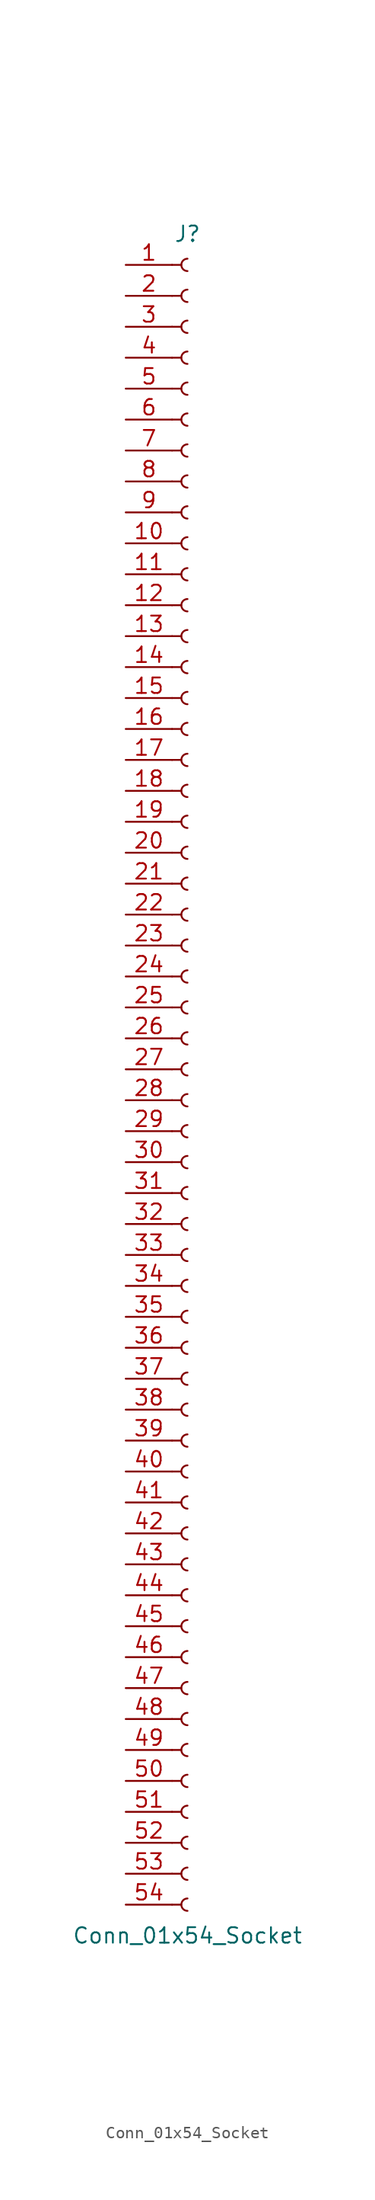
<source format=kicad_sym>
(kicad_symbol_lib
  (version 20220914)
  (generator kicad_symbol_editor)
  (symbol "Conn_01x54_Socket"
    (pin_names
      (offset 1.016) hide)
    (property "Reference" "J"
      (at 0 68.58 0)
      (effects (font (size 1.27 1.27))))
    (property "Value" "Conn_01x54_Socket"
      (at 0 -71.12 0)
      (effects (font (size 1.27 1.27))))
    (property "ki_locked" ""
      (at 0 0 0)
      (effects (font (size 1.27 1.27))))
    (symbol "Conn_01x54_Socket_1_1"
      (arc (start 0 -68.072) (mid -0.5058 -68.58) (end 0 -69.088) (stroke (width 0.1524) (type default)) (fill (type none)))
      (arc (start 0 -65.532) (mid -0.5058 -66.04) (end 0 -66.548) (stroke (width 0.1524) (type default)) (fill (type none)))
      (arc (start 0 -62.992) (mid -0.5058 -63.5) (end 0 -64.008) (stroke (width 0.1524) (type default)) (fill (type none)))
      (arc (start 0 -60.452) (mid -0.5058 -60.96) (end 0 -61.468) (stroke (width 0.1524) (type default)) (fill (type none)))
      (arc (start 0 -57.912) (mid -0.5058 -58.42) (end 0 -58.928) (stroke (width 0.1524) (type default)) (fill (type none)))
      (arc (start 0 -55.372) (mid -0.5058 -55.88) (end 0 -56.388) (stroke (width 0.1524) (type default)) (fill (type none)))
      (arc (start 0 -52.832) (mid -0.5058 -53.34) (end 0 -53.848) (stroke (width 0.1524) (type default)) (fill (type none)))
      (arc (start 0 -50.292) (mid -0.5058 -50.8) (end 0 -51.308) (stroke (width 0.1524) (type default)) (fill (type none)))
      (arc (start 0 -47.752) (mid -0.5058 -48.26) (end 0 -48.768) (stroke (width 0.1524) (type default)) (fill (type none)))
      (arc (start 0 -45.212) (mid -0.5058 -45.72) (end 0 -46.228) (stroke (width 0.1524) (type default)) (fill (type none)))
      (arc (start 0 -42.672) (mid -0.5058 -43.18) (end 0 -43.688) (stroke (width 0.1524) (type default)) (fill (type none)))
      (arc (start 0 -40.132) (mid -0.5058 -40.64) (end 0 -41.148) (stroke (width 0.1524) (type default)) (fill (type none)))
      (arc (start 0 -37.592) (mid -0.5058 -38.1) (end 0 -38.608) (stroke (width 0.1524) (type default)) (fill (type none)))
      (arc (start 0 -35.052) (mid -0.5058 -35.56) (end 0 -36.068) (stroke (width 0.1524) (type default)) (fill (type none)))
      (arc (start 0 -32.512) (mid -0.5058 -33.02) (end 0 -33.528) (stroke (width 0.1524) (type default)) (fill (type none)))
      (arc (start 0 -29.972) (mid -0.5058 -30.48) (end 0 -30.988) (stroke (width 0.1524) (type default)) (fill (type none)))
      (arc (start 0 -27.432) (mid -0.5058 -27.94) (end 0 -28.448) (stroke (width 0.1524) (type default)) (fill (type none)))
      (arc (start 0 -24.892) (mid -0.5058 -25.4) (end 0 -25.908) (stroke (width 0.1524) (type default)) (fill (type none)))
      (arc (start 0 -22.352) (mid -0.5058 -22.86) (end 0 -23.368) (stroke (width 0.1524) (type default)) (fill (type none)))
      (arc (start 0 -19.812) (mid -0.5058 -20.32) (end 0 -20.828) (stroke (width 0.1524) (type default)) (fill (type none)))
      (arc (start 0 -17.272) (mid -0.5058 -17.78) (end 0 -18.288) (stroke (width 0.1524) (type default)) (fill (type none)))
      (arc (start 0 -14.732) (mid -0.5058 -15.24) (end 0 -15.748) (stroke (width 0.1524) (type default)) (fill (type none)))
      (arc (start 0 -12.192) (mid -0.5058 -12.7) (end 0 -13.208) (stroke (width 0.1524) (type default)) (fill (type none)))
      (arc (start 0 -9.652) (mid -0.5058 -10.16) (end 0 -10.668) (stroke (width 0.1524) (type default)) (fill (type none)))
      (arc (start 0 -7.112) (mid -0.5058 -7.62) (end 0 -8.128) (stroke (width 0.1524) (type default)) (fill (type none)))
      (arc (start 0 -4.572) (mid -0.5058 -5.08) (end 0 -5.588) (stroke (width 0.1524) (type default)) (fill (type none)))
      (arc (start 0 -2.032) (mid -0.5058 -2.54) (end 0 -3.048) (stroke (width 0.1524) (type default)) (fill (type none)))
      (polyline (pts (xy -1.27 -68.58) (xy -0.508 -68.58)) (stroke (width 0.152) (type default)) (fill (type none)))
      (polyline (pts (xy -1.27 -66.04) (xy -0.508 -66.04)) (stroke (width 0.152) (type default)) (fill (type none)))
      (polyline (pts (xy -1.27 -63.5) (xy -0.508 -63.5)) (stroke (width 0.152) (type default)) (fill (type none)))
      (polyline (pts (xy -1.27 -60.96) (xy -0.508 -60.96)) (stroke (width 0.152) (type default)) (fill (type none)))
      (polyline (pts (xy -1.27 -58.42) (xy -0.508 -58.42)) (stroke (width 0.152) (type default)) (fill (type none)))
      (polyline (pts (xy -1.27 -55.88) (xy -0.508 -55.88)) (stroke (width 0.152) (type default)) (fill (type none)))
      (polyline (pts (xy -1.27 -53.34) (xy -0.508 -53.34)) (stroke (width 0.152) (type default)) (fill (type none)))
      (polyline (pts (xy -1.27 -50.8) (xy -0.508 -50.8)) (stroke (width 0.152) (type default)) (fill (type none)))
      (polyline (pts (xy -1.27 -48.26) (xy -0.508 -48.26)) (stroke (width 0.152) (type default)) (fill (type none)))
      (polyline (pts (xy -1.27 -45.72) (xy -0.508 -45.72)) (stroke (width 0.152) (type default)) (fill (type none)))
      (polyline (pts (xy -1.27 -43.18) (xy -0.508 -43.18)) (stroke (width 0.152) (type default)) (fill (type none)))
      (polyline (pts (xy -1.27 -40.64) (xy -0.508 -40.64)) (stroke (width 0.152) (type default)) (fill (type none)))
      (polyline (pts (xy -1.27 -38.1) (xy -0.508 -38.1)) (stroke (width 0.152) (type default)) (fill (type none)))
      (polyline (pts (xy -1.27 -35.56) (xy -0.508 -35.56)) (stroke (width 0.152) (type default)) (fill (type none)))
      (polyline (pts (xy -1.27 -33.02) (xy -0.508 -33.02)) (stroke (width 0.152) (type default)) (fill (type none)))
      (polyline (pts (xy -1.27 -30.48) (xy -0.508 -30.48)) (stroke (width 0.152) (type default)) (fill (type none)))
      (polyline (pts (xy -1.27 -27.94) (xy -0.508 -27.94)) (stroke (width 0.152) (type default)) (fill (type none)))
      (polyline (pts (xy -1.27 -25.4) (xy -0.508 -25.4)) (stroke (width 0.152) (type default)) (fill (type none)))
      (polyline (pts (xy -1.27 -22.86) (xy -0.508 -22.86)) (stroke (width 0.152) (type default)) (fill (type none)))
      (polyline (pts (xy -1.27 -20.32) (xy -0.508 -20.32)) (stroke (width 0.152) (type default)) (fill (type none)))
      (polyline (pts (xy -1.27 -17.78) (xy -0.508 -17.78)) (stroke (width 0.152) (type default)) (fill (type none)))
      (polyline (pts (xy -1.27 -15.24) (xy -0.508 -15.24)) (stroke (width 0.152) (type default)) (fill (type none)))
      (polyline (pts (xy -1.27 -12.7) (xy -0.508 -12.7)) (stroke (width 0.152) (type default)) (fill (type none)))
      (polyline (pts (xy -1.27 -10.16) (xy -0.508 -10.16)) (stroke (width 0.152) (type default)) (fill (type none)))
      (polyline (pts (xy -1.27 -7.62) (xy -0.508 -7.62)) (stroke (width 0.152) (type default)) (fill (type none)))
      (polyline (pts (xy -1.27 -5.08) (xy -0.508 -5.08)) (stroke (width 0.152) (type default)) (fill (type none)))
      (polyline (pts (xy -1.27 -2.54) (xy -0.508 -2.54)) (stroke (width 0.152) (type default)) (fill (type none)))
      (polyline (pts (xy -1.27 0) (xy -0.508 0)) (stroke (width 0.152) (type default)) (fill (type none)))
      (polyline (pts (xy -1.27 2.54) (xy -0.508 2.54)) (stroke (width 0.152) (type default)) (fill (type none)))
      (polyline (pts (xy -1.27 5.08) (xy -0.508 5.08)) (stroke (width 0.152) (type default)) (fill (type none)))
      (polyline (pts (xy -1.27 7.62) (xy -0.508 7.62)) (stroke (width 0.152) (type default)) (fill (type none)))
      (polyline (pts (xy -1.27 10.16) (xy -0.508 10.16)) (stroke (width 0.152) (type default)) (fill (type none)))
      (polyline (pts (xy -1.27 12.7) (xy -0.508 12.7)) (stroke (width 0.152) (type default)) (fill (type none)))
      (polyline (pts (xy -1.27 15.24) (xy -0.508 15.24)) (stroke (width 0.152) (type default)) (fill (type none)))
      (polyline (pts (xy -1.27 17.78) (xy -0.508 17.78)) (stroke (width 0.152) (type default)) (fill (type none)))
      (polyline (pts (xy -1.27 20.32) (xy -0.508 20.32)) (stroke (width 0.152) (type default)) (fill (type none)))
      (polyline (pts (xy -1.27 22.86) (xy -0.508 22.86)) (stroke (width 0.152) (type default)) (fill (type none)))
      (polyline (pts (xy -1.27 25.4) (xy -0.508 25.4)) (stroke (width 0.152) (type default)) (fill (type none)))
      (polyline (pts (xy -1.27 27.94) (xy -0.508 27.94)) (stroke (width 0.152) (type default)) (fill (type none)))
      (polyline (pts (xy -1.27 30.48) (xy -0.508 30.48)) (stroke (width 0.152) (type default)) (fill (type none)))
      (polyline (pts (xy -1.27 33.02) (xy -0.508 33.02)) (stroke (width 0.152) (type default)) (fill (type none)))
      (polyline (pts (xy -1.27 35.56) (xy -0.508 35.56)) (stroke (width 0.152) (type default)) (fill (type none)))
      (polyline (pts (xy -1.27 38.1) (xy -0.508 38.1)) (stroke (width 0.152) (type default)) (fill (type none)))
      (polyline (pts (xy -1.27 40.64) (xy -0.508 40.64)) (stroke (width 0.152) (type default)) (fill (type none)))
      (polyline (pts (xy -1.27 43.18) (xy -0.508 43.18)) (stroke (width 0.152) (type default)) (fill (type none)))
      (polyline (pts (xy -1.27 45.72) (xy -0.508 45.72)) (stroke (width 0.152) (type default)) (fill (type none)))
      (polyline (pts (xy -1.27 48.26) (xy -0.508 48.26)) (stroke (width 0.152) (type default)) (fill (type none)))
      (polyline (pts (xy -1.27 50.8) (xy -0.508 50.8)) (stroke (width 0.152) (type default)) (fill (type none)))
      (polyline (pts (xy -1.27 53.34) (xy -0.508 53.34)) (stroke (width 0.152) (type default)) (fill (type none)))
      (polyline (pts (xy -1.27 55.88) (xy -0.508 55.88)) (stroke (width 0.152) (type default)) (fill (type none)))
      (polyline (pts (xy -1.27 58.42) (xy -0.508 58.42)) (stroke (width 0.152) (type default)) (fill (type none)))
      (polyline (pts (xy -1.27 60.96) (xy -0.508 60.96)) (stroke (width 0.152) (type default)) (fill (type none)))
      (polyline (pts (xy -1.27 63.5) (xy -0.508 63.5)) (stroke (width 0.152) (type default)) (fill (type none)))
      (polyline (pts (xy -1.27 66.04) (xy -0.508 66.04)) (stroke (width 0.152) (type default)) (fill (type none)))
      (arc (start 0 0.508) (mid -0.5058 0) (end 0 -0.508) (stroke (width 0.1524) (type default)) (fill (type none)))
      (arc (start 0 3.048) (mid -0.5058 2.54) (end 0 2.032) (stroke (width 0.1524) (type default)) (fill (type none)))
      (arc (start 0 5.588) (mid -0.5058 5.08) (end 0 4.572) (stroke (width 0.1524) (type default)) (fill (type none)))
      (arc (start 0 8.128) (mid -0.5058 7.62) (end 0 7.112) (stroke (width 0.1524) (type default)) (fill (type none)))
      (arc (start 0 10.668) (mid -0.5058 10.16) (end 0 9.652) (stroke (width 0.1524) (type default)) (fill (type none)))
      (arc (start 0 13.208) (mid -0.5058 12.7) (end 0 12.192) (stroke (width 0.1524) (type default)) (fill (type none)))
      (arc (start 0 15.748) (mid -0.5058 15.24) (end 0 14.732) (stroke (width 0.1524) (type default)) (fill (type none)))
      (arc (start 0 18.288) (mid -0.5058 17.78) (end 0 17.272) (stroke (width 0.1524) (type default)) (fill (type none)))
      (arc (start 0 20.828) (mid -0.5058 20.32) (end 0 19.812) (stroke (width 0.1524) (type default)) (fill (type none)))
      (arc (start 0 23.368) (mid -0.5058 22.86) (end 0 22.352) (stroke (width 0.1524) (type default)) (fill (type none)))
      (arc (start 0 25.908) (mid -0.5058 25.4) (end 0 24.892) (stroke (width 0.1524) (type default)) (fill (type none)))
      (arc (start 0 28.448) (mid -0.5058 27.94) (end 0 27.432) (stroke (width 0.1524) (type default)) (fill (type none)))
      (arc (start 0 30.988) (mid -0.5058 30.48) (end 0 29.972) (stroke (width 0.1524) (type default)) (fill (type none)))
      (arc (start 0 33.528) (mid -0.5058 33.02) (end 0 32.512) (stroke (width 0.1524) (type default)) (fill (type none)))
      (arc (start 0 36.068) (mid -0.5058 35.56) (end 0 35.052) (stroke (width 0.1524) (type default)) (fill (type none)))
      (arc (start 0 38.608) (mid -0.5058 38.1) (end 0 37.592) (stroke (width 0.1524) (type default)) (fill (type none)))
      (arc (start 0 41.148) (mid -0.5058 40.64) (end 0 40.132) (stroke (width 0.1524) (type default)) (fill (type none)))
      (arc (start 0 43.688) (mid -0.5058 43.18) (end 0 42.672) (stroke (width 0.1524) (type default)) (fill (type none)))
      (arc (start 0 46.228) (mid -0.5058 45.72) (end 0 45.212) (stroke (width 0.1524) (type default)) (fill (type none)))
      (arc (start 0 48.768) (mid -0.5058 48.26) (end 0 47.752) (stroke (width 0.1524) (type default)) (fill (type none)))
      (arc (start 0 51.308) (mid -0.5058 50.8) (end 0 50.292) (stroke (width 0.1524) (type default)) (fill (type none)))
      (arc (start 0 53.848) (mid -0.5058 53.34) (end 0 52.832) (stroke (width 0.1524) (type default)) (fill (type none)))
      (arc (start 0 56.388) (mid -0.5058 55.88) (end 0 55.372) (stroke (width 0.1524) (type default)) (fill (type none)))
      (arc (start 0 58.928) (mid -0.5058 58.42) (end 0 57.912) (stroke (width 0.1524) (type default)) (fill (type none)))
      (arc (start 0 61.468) (mid -0.5058 60.96) (end 0 60.452) (stroke (width 0.1524) (type default)) (fill (type none)))
      (arc (start 0 64.008) (mid -0.5058 63.5) (end 0 62.992) (stroke (width 0.1524) (type default)) (fill (type none)))
      (arc (start 0 66.548) (mid -0.5058 66.04) (end 0 65.532) (stroke (width 0.1524) (type default)) (fill (type none)))
      (pin passive line (at -5.08 66.04 0) (length 3.81) (name "Pin_1" (effects (font (size 1.27 1.27)))) (number "1" (effects (font (size 1.27 1.27)))))
      (pin passive line (at -5.08 43.18 0) (length 3.81) (name "Pin_10" (effects (font (size 1.27 1.27)))) (number "10" (effects (font (size 1.27 1.27)))))
      (pin passive line (at -5.08 40.64 0) (length 3.81) (name "Pin_11" (effects (font (size 1.27 1.27)))) (number "11" (effects (font (size 1.27 1.27)))))
      (pin passive line (at -5.08 38.1 0) (length 3.81) (name "Pin_12" (effects (font (size 1.27 1.27)))) (number "12" (effects (font (size 1.27 1.27)))))
      (pin passive line (at -5.08 35.56 0) (length 3.81) (name "Pin_13" (effects (font (size 1.27 1.27)))) (number "13" (effects (font (size 1.27 1.27)))))
      (pin passive line (at -5.08 33.02 0) (length 3.81) (name "Pin_14" (effects (font (size 1.27 1.27)))) (number "14" (effects (font (size 1.27 1.27)))))
      (pin passive line (at -5.08 30.48 0) (length 3.81) (name "Pin_15" (effects (font (size 1.27 1.27)))) (number "15" (effects (font (size 1.27 1.27)))))
      (pin passive line (at -5.08 27.94 0) (length 3.81) (name "Pin_16" (effects (font (size 1.27 1.27)))) (number "16" (effects (font (size 1.27 1.27)))))
      (pin passive line (at -5.08 25.4 0) (length 3.81) (name "Pin_17" (effects (font (size 1.27 1.27)))) (number "17" (effects (font (size 1.27 1.27)))))
      (pin passive line (at -5.08 22.86 0) (length 3.81) (name "Pin_18" (effects (font (size 1.27 1.27)))) (number "18" (effects (font (size 1.27 1.27)))))
      (pin passive line (at -5.08 20.32 0) (length 3.81) (name "Pin_19" (effects (font (size 1.27 1.27)))) (number "19" (effects (font (size 1.27 1.27)))))
      (pin passive line (at -5.08 63.5 0) (length 3.81) (name "Pin_2" (effects (font (size 1.27 1.27)))) (number "2" (effects (font (size 1.27 1.27)))))
      (pin passive line (at -5.08 17.78 0) (length 3.81) (name "Pin_20" (effects (font (size 1.27 1.27)))) (number "20" (effects (font (size 1.27 1.27)))))
      (pin passive line (at -5.08 15.24 0) (length 3.81) (name "Pin_21" (effects (font (size 1.27 1.27)))) (number "21" (effects (font (size 1.27 1.27)))))
      (pin passive line (at -5.08 12.7 0) (length 3.81) (name "Pin_22" (effects (font (size 1.27 1.27)))) (number "22" (effects (font (size 1.27 1.27)))))
      (pin passive line (at -5.08 10.16 0) (length 3.81) (name "Pin_23" (effects (font (size 1.27 1.27)))) (number "23" (effects (font (size 1.27 1.27)))))
      (pin passive line (at -5.08 7.62 0) (length 3.81) (name "Pin_24" (effects (font (size 1.27 1.27)))) (number "24" (effects (font (size 1.27 1.27)))))
      (pin passive line (at -5.08 5.08 0) (length 3.81) (name "Pin_25" (effects (font (size 1.27 1.27)))) (number "25" (effects (font (size 1.27 1.27)))))
      (pin passive line (at -5.08 2.54 0) (length 3.81) (name "Pin_26" (effects (font (size 1.27 1.27)))) (number "26" (effects (font (size 1.27 1.27)))))
      (pin passive line (at -5.08 0 0) (length 3.81) (name "Pin_27" (effects (font (size 1.27 1.27)))) (number "27" (effects (font (size 1.27 1.27)))))
      (pin passive line (at -5.08 -2.54 0) (length 3.81) (name "Pin_28" (effects (font (size 1.27 1.27)))) (number "28" (effects (font (size 1.27 1.27)))))
      (pin passive line (at -5.08 -5.08 0) (length 3.81) (name "Pin_29" (effects (font (size 1.27 1.27)))) (number "29" (effects (font (size 1.27 1.27)))))
      (pin passive line (at -5.08 60.96 0) (length 3.81) (name "Pin_3" (effects (font (size 1.27 1.27)))) (number "3" (effects (font (size 1.27 1.27)))))
      (pin passive line (at -5.08 -7.62 0) (length 3.81) (name "Pin_30" (effects (font (size 1.27 1.27)))) (number "30" (effects (font (size 1.27 1.27)))))
      (pin passive line (at -5.08 -10.16 0) (length 3.81) (name "Pin_31" (effects (font (size 1.27 1.27)))) (number "31" (effects (font (size 1.27 1.27)))))
      (pin passive line (at -5.08 -12.7 0) (length 3.81) (name "Pin_32" (effects (font (size 1.27 1.27)))) (number "32" (effects (font (size 1.27 1.27)))))
      (pin passive line (at -5.08 -15.24 0) (length 3.81) (name "Pin_33" (effects (font (size 1.27 1.27)))) (number "33" (effects (font (size 1.27 1.27)))))
      (pin passive line (at -5.08 -17.78 0) (length 3.81) (name "Pin_34" (effects (font (size 1.27 1.27)))) (number "34" (effects (font (size 1.27 1.27)))))
      (pin passive line (at -5.08 -20.32 0) (length 3.81) (name "Pin_35" (effects (font (size 1.27 1.27)))) (number "35" (effects (font (size 1.27 1.27)))))
      (pin passive line (at -5.08 -22.86 0) (length 3.81) (name "Pin_36" (effects (font (size 1.27 1.27)))) (number "36" (effects (font (size 1.27 1.27)))))
      (pin passive line (at -5.08 -25.4 0) (length 3.81) (name "Pin_37" (effects (font (size 1.27 1.27)))) (number "37" (effects (font (size 1.27 1.27)))))
      (pin passive line (at -5.08 -27.94 0) (length 3.81) (name "Pin_38" (effects (font (size 1.27 1.27)))) (number "38" (effects (font (size 1.27 1.27)))))
      (pin passive line (at -5.08 -30.48 0) (length 3.81) (name "Pin_39" (effects (font (size 1.27 1.27)))) (number "39" (effects (font (size 1.27 1.27)))))
      (pin passive line (at -5.08 58.42 0) (length 3.81) (name "Pin_4" (effects (font (size 1.27 1.27)))) (number "4" (effects (font (size 1.27 1.27)))))
      (pin passive line (at -5.08 -33.02 0) (length 3.81) (name "Pin_40" (effects (font (size 1.27 1.27)))) (number "40" (effects (font (size 1.27 1.27)))))
      (pin passive line (at -5.08 -35.56 0) (length 3.81) (name "Pin_41" (effects (font (size 1.27 1.27)))) (number "41" (effects (font (size 1.27 1.27)))))
      (pin passive line (at -5.08 -38.1 0) (length 3.81) (name "Pin_42" (effects (font (size 1.27 1.27)))) (number "42" (effects (font (size 1.27 1.27)))))
      (pin passive line (at -5.08 -40.64 0) (length 3.81) (name "Pin_43" (effects (font (size 1.27 1.27)))) (number "43" (effects (font (size 1.27 1.27)))))
      (pin passive line (at -5.08 -43.18 0) (length 3.81) (name "Pin_44" (effects (font (size 1.27 1.27)))) (number "44" (effects (font (size 1.27 1.27)))))
      (pin passive line (at -5.08 -45.72 0) (length 3.81) (name "Pin_45" (effects (font (size 1.27 1.27)))) (number "45" (effects (font (size 1.27 1.27)))))
      (pin passive line (at -5.08 -48.26 0) (length 3.81) (name "Pin_46" (effects (font (size 1.27 1.27)))) (number "46" (effects (font (size 1.27 1.27)))))
      (pin passive line (at -5.08 -50.8 0) (length 3.81) (name "Pin_47" (effects (font (size 1.27 1.27)))) (number "47" (effects (font (size 1.27 1.27)))))
      (pin passive line (at -5.08 -53.34 0) (length 3.81) (name "Pin_48" (effects (font (size 1.27 1.27)))) (number "48" (effects (font (size 1.27 1.27)))))
      (pin passive line (at -5.08 -55.88 0) (length 3.81) (name "Pin_49" (effects (font (size 1.27 1.27)))) (number "49" (effects (font (size 1.27 1.27)))))
      (pin passive line (at -5.08 55.88 0) (length 3.81) (name "Pin_5" (effects (font (size 1.27 1.27)))) (number "5" (effects (font (size 1.27 1.27)))))
      (pin passive line (at -5.08 -58.42 0) (length 3.81) (name "Pin_50" (effects (font (size 1.27 1.27)))) (number "50" (effects (font (size 1.27 1.27)))))
      (pin passive line (at -5.08 -60.96 0) (length 3.81) (name "Pin_51" (effects (font (size 1.27 1.27)))) (number "51" (effects (font (size 1.27 1.27)))))
      (pin passive line (at -5.08 -63.5 0) (length 3.81) (name "Pin_52" (effects (font (size 1.27 1.27)))) (number "52" (effects (font (size 1.27 1.27)))))
      (pin passive line (at -5.08 -66.04 0) (length 3.81) (name "Pin_53" (effects (font (size 1.27 1.27)))) (number "53" (effects (font (size 1.27 1.27)))))
      (pin passive line (at -5.08 -68.58 0) (length 3.81) (name "Pin_54" (effects (font (size 1.27 1.27)))) (number "54" (effects (font (size 1.27 1.27)))))
      (pin passive line (at -5.08 53.34 0) (length 3.81) (name "Pin_6" (effects (font (size 1.27 1.27)))) (number "6" (effects (font (size 1.27 1.27)))))
      (pin passive line (at -5.08 50.8 0) (length 3.81) (name "Pin_7" (effects (font (size 1.27 1.27)))) (number "7" (effects (font (size 1.27 1.27)))))
      (pin passive line (at -5.08 48.26 0) (length 3.81) (name "Pin_8" (effects (font (size 1.27 1.27)))) (number "8" (effects (font (size 1.27 1.27)))))
      (pin passive line (at -5.08 45.72 0) (length 3.81) (name "Pin_9" (effects (font (size 1.27 1.27)))) (number "9" (effects (font (size 1.27 1.27))))))))
</source>
